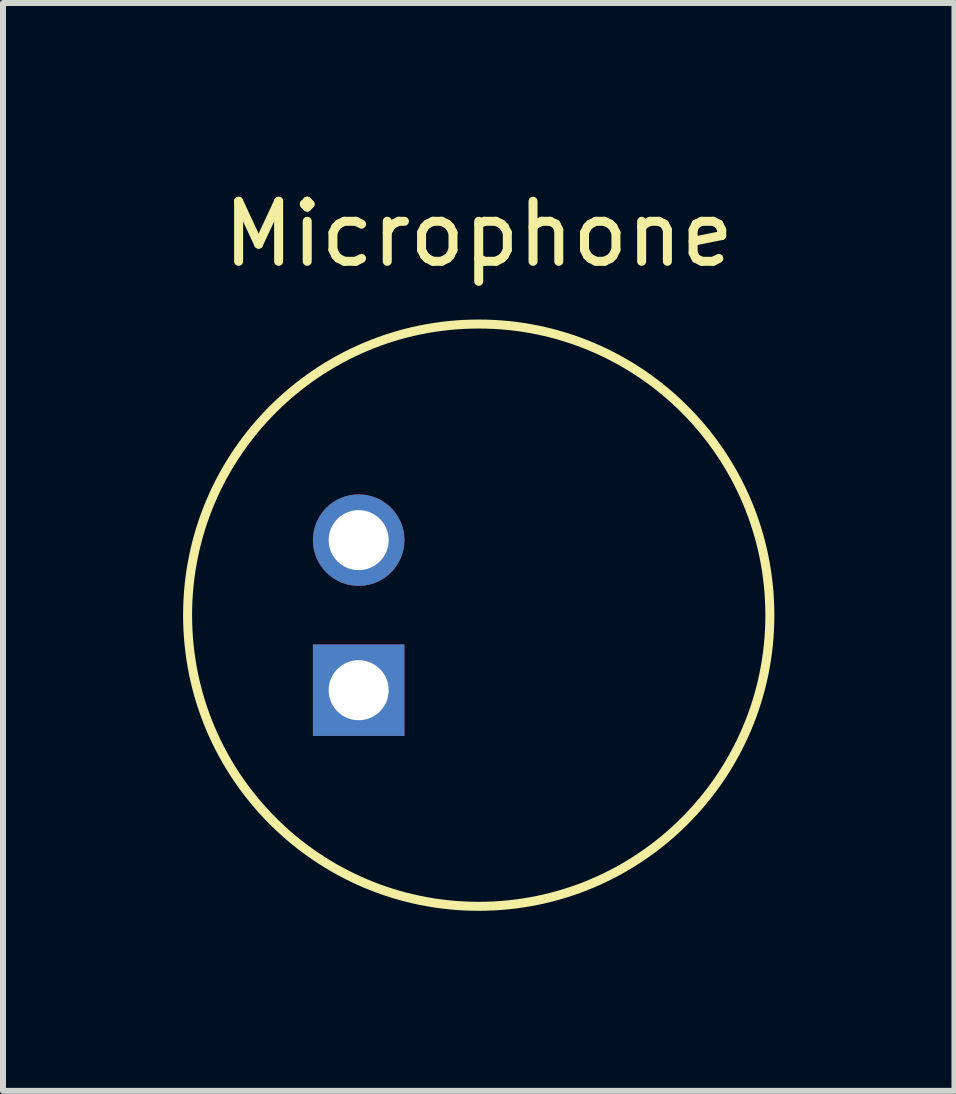
<source format=kicad_pcb>
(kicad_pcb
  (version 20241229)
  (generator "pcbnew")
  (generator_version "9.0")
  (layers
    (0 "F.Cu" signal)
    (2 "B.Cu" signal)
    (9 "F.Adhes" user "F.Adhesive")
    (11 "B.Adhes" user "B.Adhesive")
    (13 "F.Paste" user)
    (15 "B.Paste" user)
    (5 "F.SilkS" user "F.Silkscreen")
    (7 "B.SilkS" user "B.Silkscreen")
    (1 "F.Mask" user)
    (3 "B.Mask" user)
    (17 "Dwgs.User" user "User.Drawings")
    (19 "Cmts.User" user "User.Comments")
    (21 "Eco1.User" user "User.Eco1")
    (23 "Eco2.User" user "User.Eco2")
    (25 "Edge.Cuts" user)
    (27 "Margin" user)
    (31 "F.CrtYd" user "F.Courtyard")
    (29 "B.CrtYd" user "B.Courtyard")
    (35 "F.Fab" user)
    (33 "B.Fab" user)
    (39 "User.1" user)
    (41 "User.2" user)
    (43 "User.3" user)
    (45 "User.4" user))
  (footprint "Microphone"
    (layer "F.Cu")
    (at 4.925 7.198)
    (property "Reference" "Microphone" (at 0 -6.35 0) (layer "F.SilkS") (effects (font (size 1 1) (thickness 0.15))))
    (attr through_hole)
    (fp_circle (center 0 0) (end 4.85 0) (stroke (width 0.15) (type solid)) (fill no) (layer "F.SilkS"))
    (pad "1" thru_hole rect (at -2 1.25) (size 1.524 1.524) (drill 1) (layers "*.Cu" "*.Mask"))
    (pad "2" thru_hole circle (at -2 -1.25) (size 1.524 1.524) (drill 1) (layers "*.Cu" "*.Mask")))
  (gr_rect
    (start -3 -3)
    (end 12.85 15.123)
    (stroke (width 0.1) (type default))
    (fill no)
    (layer "Edge.Cuts")))
</source>
